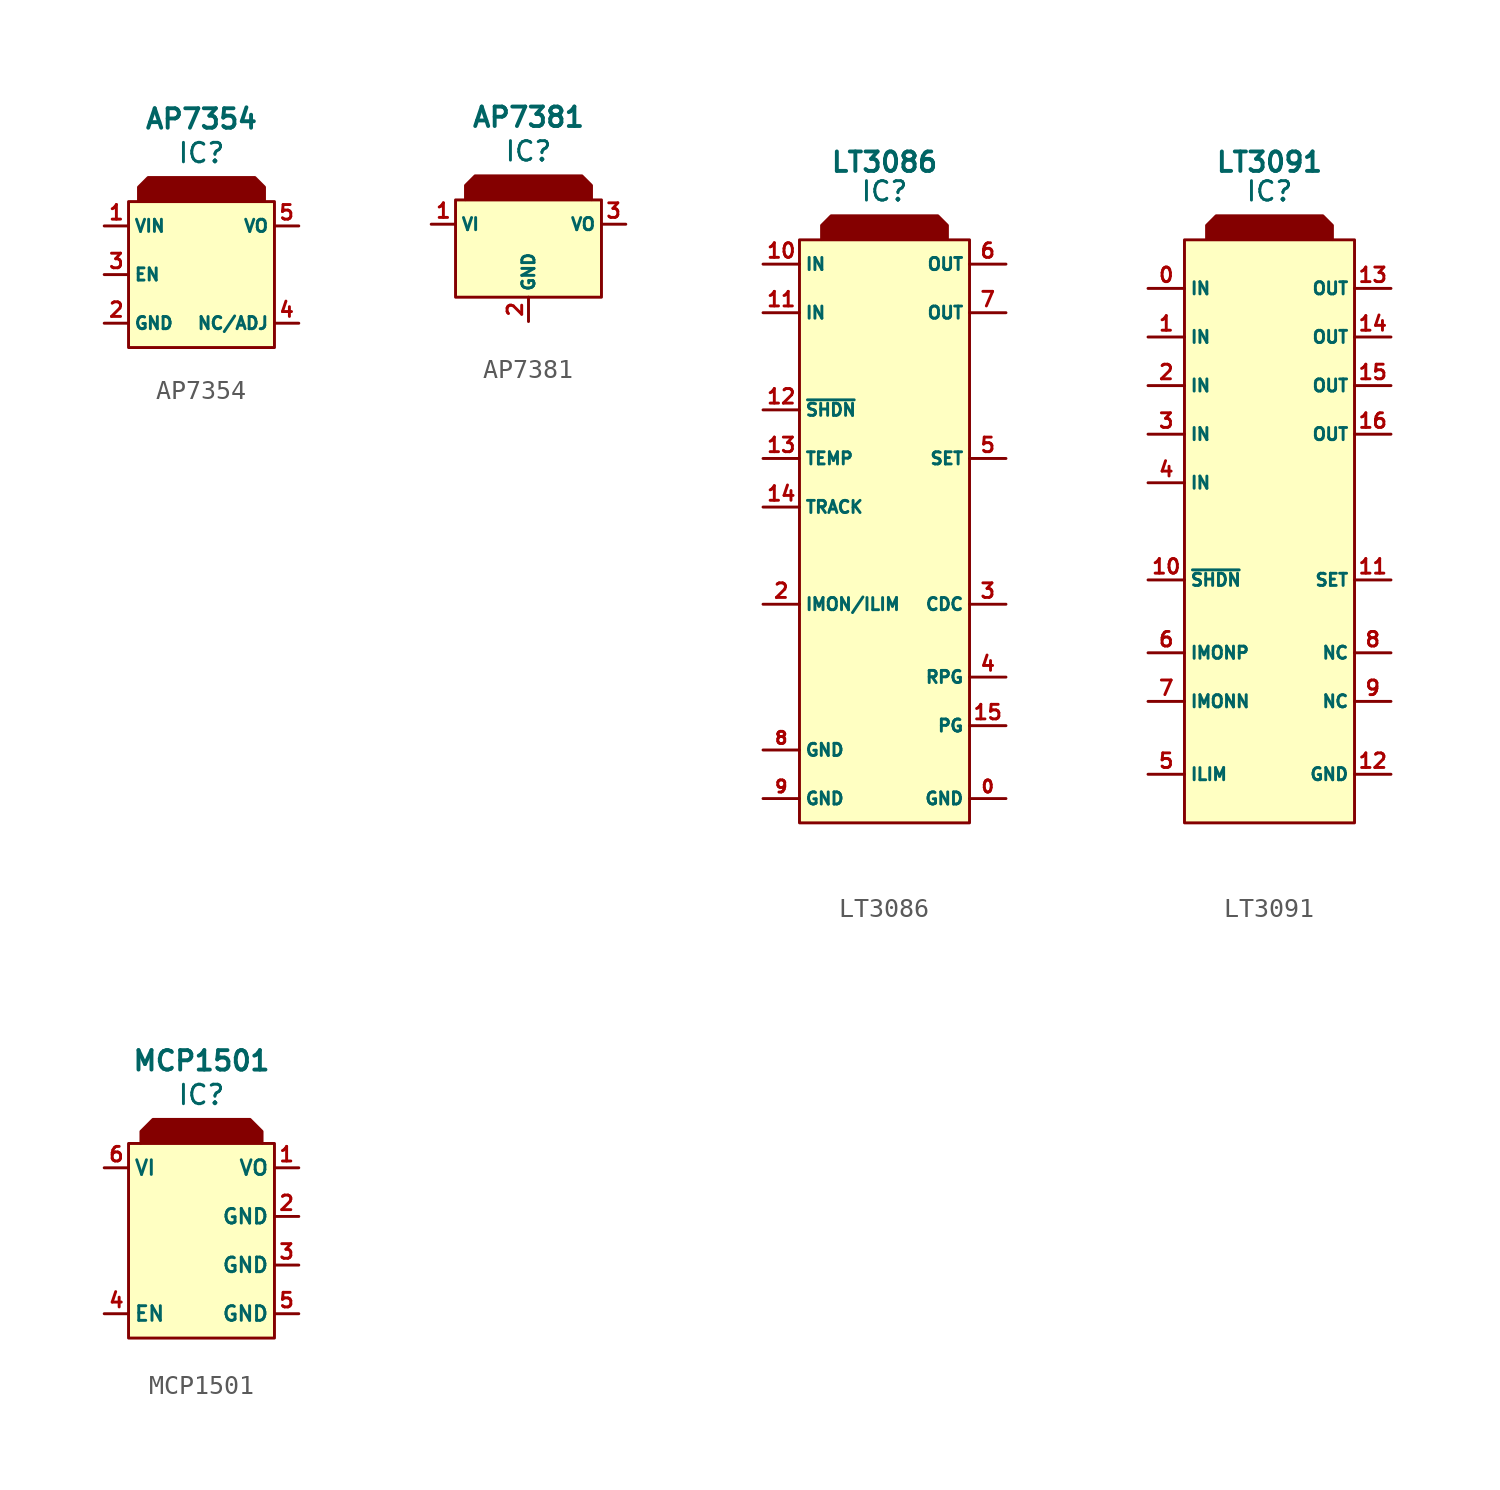
<source format=kicad_sym>
(kicad_symbol_lib
  (version 20231120)
  (generator "kicad_symbol_editor")
  (generator_version "8.0")
  (symbol "AP7354"
    (pin_names
      (offset 0.254))
    (property "Reference" "IC"
      (at 0 6.35 0)
      (effects (font (size 1.016 1.016))))
    (property "Value" "AP7354"
      (at 0 8.128 0)
      (effects (font (size 1.016 1.016) (bold yes))))
    (symbol "AP7354_0_1"
      (rectangle (start -3.81 3.81) (end 3.81 -3.81) (stroke (width 0) (type solid)) (fill (type background)))
      (polyline (pts (xy 3.302 3.81) (xy 3.302 4.572) (xy 2.794 5.08) (xy -2.794 5.08) (xy -3.302 4.572) (xy -3.302 3.81)) (stroke (width 0.127) (type solid)) (fill (type outline))))
    (symbol "AP7354_1_1"
      (pin power_in line (at -5.08 2.54 0) (length 1.27) (name "VIN" (effects (font (size 0.635 0.635)))) (number "1" (effects (font (size 0.762 0.762)))))
      (pin power_in line (at -5.08 -2.54 0) (length 1.27) (name "GND" (effects (font (size 0.635 0.635)))) (number "2" (effects (font (size 0.762 0.762)))))
      (pin input line (at -5.08 0 0) (length 1.27) (name "EN" (effects (font (size 0.635 0.635)))) (number "3" (effects (font (size 0.762 0.762)))))
      (pin passive line (at 5.08 -2.54 180) (length 1.27) (name "NC/ADJ" (effects (font (size 0.635 0.635)))) (number "4" (effects (font (size 0.762 0.762)))))
      (pin power_out line (at 5.08 2.54 180) (length 1.27) (name "VO" (effects (font (size 0.635 0.635)))) (number "5" (effects (font (size 0.762 0.762)))))))
  (symbol "AP7381"
    (pin_names
      (offset 0.254))
    (property "Reference" "IC"
      (at 0 5.08 0)
      (effects (font (size 1.016 1.016))))
    (property "Value" "AP7381"
      (at 0 6.858 0)
      (effects (font (size 1.016 1.016) (bold yes))))
    (symbol "AP7381_0_1"
      (rectangle (start -3.81 2.54) (end 3.81 -2.54) (stroke (width 0) (type solid)) (fill (type background)))
      (polyline (pts (xy 3.302 2.54) (xy 3.302 3.302) (xy 2.794 3.81) (xy -2.794 3.81) (xy -3.302 3.302) (xy -3.302 2.54)) (stroke (width 0.127) (type solid)) (fill (type outline))))
    (symbol "AP7381_1_1"
      (pin power_in line (at -5.08 1.27 0) (length 1.27) (name "VI" (effects (font (size 0.635 0.635)))) (number "1" (effects (font (size 0.762 0.762)))))
      (pin power_in line (at 0 -3.81 90) (length 1.27) (name "GND" (effects (font (size 0.635 0.635)))) (number "2" (effects (font (size 0.762 0.762)))))
      (pin power_out line (at 5.08 1.27 180) (length 1.27) (name "VO" (effects (font (size 0.635 0.635)))) (number "3" (effects (font (size 0.762 0.762)))))))
  (symbol "LT3086"
    (pin_names
      (offset 0.254))
    (property "Reference" "IC"
      (at 0 17.78 0)
      (effects (font (size 1.016 1.016))))
    (property "Value" "LT3086"
      (at 0 19.304 0)
      (effects (font (size 1.016 1.016) (bold yes))))
    (symbol "LT3086_0_1"
      (rectangle (start -4.445 15.24) (end 4.445 -15.24) (stroke (width 0) (type solid)) (fill (type background)))
      (polyline (pts (xy 3.302 15.24) (xy 3.302 16.002) (xy 2.794 16.51) (xy -2.794 16.51) (xy -3.302 16.002) (xy -3.302 15.24)) (stroke (width 0.127) (type solid)) (fill (type outline))))
    (symbol "LT3086_1_1"
      (pin power_in line (at 6.35 -13.97 180) (length 1.905) (name "GND" (effects (font (size 0.635 0.635)))) (number "0" (effects (font (size 0.635 0.635)))))
      (pin power_in line (at -6.35 13.97 0) (length 1.905) (name "IN" (effects (font (size 0.635 0.635)))) (number "10" (effects (font (size 0.762 0.762)))))
      (pin power_in line (at -6.35 11.43 0) (length 1.905) (name "IN" (effects (font (size 0.635 0.635)))) (number "11" (effects (font (size 0.762 0.762)))))
      (pin input line (at -6.35 6.35 0) (length 1.905) (name "~{SHDN}" (effects (font (size 0.635 0.635)))) (number "12" (effects (font (size 0.762 0.762)))))
      (pin input line (at -6.35 3.81 0) (length 1.905) (name "TEMP" (effects (font (size 0.635 0.635)))) (number "13" (effects (font (size 0.762 0.762)))))
      (pin input line (at -6.35 1.27 0) (length 1.905) (name "TRACK" (effects (font (size 0.635 0.635)))) (number "14" (effects (font (size 0.762 0.762)))))
      (pin output line (at 6.35 -10.16 180) (length 1.905) (name "PG" (effects (font (size 0.635 0.635)))) (number "15" (effects (font (size 0.762 0.762)))))
      (pin passive line (at -6.35 -3.81 0) (length 1.905) (name "IMON/ILIM" (effects (font (size 0.635 0.635)))) (number "2" (effects (font (size 0.762 0.762)))))
      (pin input line (at 6.35 -3.81 180) (length 1.905) (name "CDC" (effects (font (size 0.635 0.635)))) (number "3" (effects (font (size 0.762 0.762)))))
      (pin passive line (at 6.35 -7.62 180) (length 1.905) (name "RPG" (effects (font (size 0.635 0.635)))) (number "4" (effects (font (size 0.762 0.762)))))
      (pin input line (at 6.35 3.81 180) (length 1.905) (name "SET" (effects (font (size 0.635 0.635)))) (number "5" (effects (font (size 0.762 0.762)))))
      (pin passive line (at 6.35 13.97 180) (length 1.905) (name "OUT" (effects (font (size 0.635 0.635)))) (number "6" (effects (font (size 0.762 0.762)))))
      (pin passive line (at 6.35 11.43 180) (length 1.905) (name "OUT" (effects (font (size 0.635 0.635)))) (number "7" (effects (font (size 0.762 0.762)))))
      (pin power_in line (at -6.35 -11.43 0) (length 1.905) (name "GND" (effects (font (size 0.635 0.635)))) (number "8" (effects (font (size 0.635 0.635)))))
      (pin power_in line (at -6.35 -13.97 0) (length 1.905) (name "GND" (effects (font (size 0.635 0.635)))) (number "9" (effects (font (size 0.635 0.635)))))))
  (symbol "LT3091"
    (pin_names
      (offset 0.254))
    (property "Reference" "IC"
      (at 0 17.78 0)
      (effects (font (size 1.016 1.016))))
    (property "Value" "LT3091"
      (at 0 19.304 0)
      (effects (font (size 1.016 1.016) (bold yes))))
    (symbol "LT3091_0_1"
      (rectangle (start -4.445 15.24) (end 4.445 -15.24) (stroke (width 0) (type solid)) (fill (type background)))
      (polyline (pts (xy 3.302 15.24) (xy 3.302 16.002) (xy 2.794 16.51) (xy -2.794 16.51) (xy -3.302 16.002) (xy -3.302 15.24)) (stroke (width 0.127) (type solid)) (fill (type outline))))
    (symbol "LT3091_1_1"
      (pin power_in line (at -6.35 12.7 0) (length 1.905) (name "IN" (effects (font (size 0.635 0.635)))) (number "0" (effects (font (size 0.762 0.762)))))
      (pin power_in line (at -6.35 10.16 0) (length 1.905) (name "IN" (effects (font (size 0.635 0.635)))) (number "1" (effects (font (size 0.762 0.762)))))
      (pin input line (at -6.35 -2.54 0) (length 1.905) (name "~{SHDN}" (effects (font (size 0.635 0.635)))) (number "10" (effects (font (size 0.762 0.762)))))
      (pin input line (at 6.35 -2.54 180) (length 1.905) (name "SET" (effects (font (size 0.635 0.635)))) (number "11" (effects (font (size 0.762 0.762)))))
      (pin power_in line (at 6.35 -12.7 180) (length 1.905) (name "GND" (effects (font (size 0.635 0.635)))) (number "12" (effects (font (size 0.762 0.762)))))
      (pin power_out line (at 6.35 12.7 180) (length 1.905) (name "OUT" (effects (font (size 0.635 0.635)))) (number "13" (effects (font (size 0.762 0.762)))))
      (pin power_out line (at 6.35 10.16 180) (length 1.905) (name "OUT" (effects (font (size 0.635 0.635)))) (number "14" (effects (font (size 0.762 0.762)))))
      (pin power_out line (at 6.35 7.62 180) (length 1.905) (name "OUT" (effects (font (size 0.635 0.635)))) (number "15" (effects (font (size 0.762 0.762)))))
      (pin power_out line (at 6.35 5.08 180) (length 1.905) (name "OUT" (effects (font (size 0.635 0.635)))) (number "16" (effects (font (size 0.762 0.762)))))
      (pin power_in line (at -6.35 7.62 0) (length 1.905) (name "IN" (effects (font (size 0.635 0.635)))) (number "2" (effects (font (size 0.762 0.762)))))
      (pin power_in line (at -6.35 5.08 0) (length 1.905) (name "IN" (effects (font (size 0.635 0.635)))) (number "3" (effects (font (size 0.762 0.762)))))
      (pin power_in line (at -6.35 2.54 0) (length 1.905) (name "IN" (effects (font (size 0.635 0.635)))) (number "4" (effects (font (size 0.762 0.762)))))
      (pin input line (at -6.35 -12.7 0) (length 1.905) (name "ILIM" (effects (font (size 0.635 0.635)))) (number "5" (effects (font (size 0.762 0.762)))))
      (pin output line (at -6.35 -6.35 0) (length 1.905) (name "IMONP" (effects (font (size 0.635 0.635)))) (number "6" (effects (font (size 0.762 0.762)))))
      (pin output line (at -6.35 -8.89 0) (length 1.905) (name "IMONN" (effects (font (size 0.635 0.635)))) (number "7" (effects (font (size 0.762 0.762)))))
      (pin passive line (at 6.35 -6.35 180) (length 1.905) (name "NC" (effects (font (size 0.635 0.635)))) (number "8" (effects (font (size 0.762 0.762)))))
      (pin passive line (at 6.35 -8.89 180) (length 1.905) (name "NC" (effects (font (size 0.635 0.635)))) (number "9" (effects (font (size 0.762 0.762)))))))
  (symbol "MCP1501"
    (pin_names
      (offset 0.254))
    (property "Reference" "IC"
      (at 0 6.35 0)
      (effects (font (size 1.016 1.016))))
    (property "Value" "MCP1501"
      (at 0 8.128 0)
      (effects (font (size 1.016 1.016) (bold yes))))
    (symbol "MCP1501_0_1"
      (polyline (pts (xy -3.175 3.81) (xy -3.175 4.445) (xy -2.54 5.08) (xy 2.54 5.08) (xy 3.175 4.445) (xy 3.175 3.81)) (stroke (width 0.127) (type solid)) (fill (type outline)))
      (rectangle (start 3.81 3.81) (end -3.81 -6.35) (stroke (width 0) (type solid)) (fill (type background))))
    (symbol "MCP1501_1_1"
      (pin power_out line (at 5.08 2.54 180) (length 1.27) (name "VO" (effects (font (size 0.762 0.762)))) (number "1" (effects (font (size 0.762 0.762)))))
      (pin power_in line (at 5.08 0 180) (length 1.27) (name "GND" (effects (font (size 0.762 0.762)))) (number "2" (effects (font (size 0.762 0.762)))))
      (pin power_in line (at 5.08 -2.54 180) (length 1.27) (name "GND" (effects (font (size 0.762 0.762)))) (number "3" (effects (font (size 0.762 0.762)))))
      (pin passive line (at -5.08 -5.08 0) (length 1.27) (name "EN" (effects (font (size 0.762 0.762)))) (number "4" (effects (font (size 0.762 0.762)))))
      (pin power_in line (at 5.08 -5.08 180) (length 1.27) (name "GND" (effects (font (size 0.762 0.762)))) (number "5" (effects (font (size 0.762 0.762)))))
      (pin power_in line (at -5.08 2.54 0) (length 1.27) (name "VI" (effects (font (size 0.762 0.762)))) (number "6" (effects (font (size 0.762 0.762))))))))
</source>
